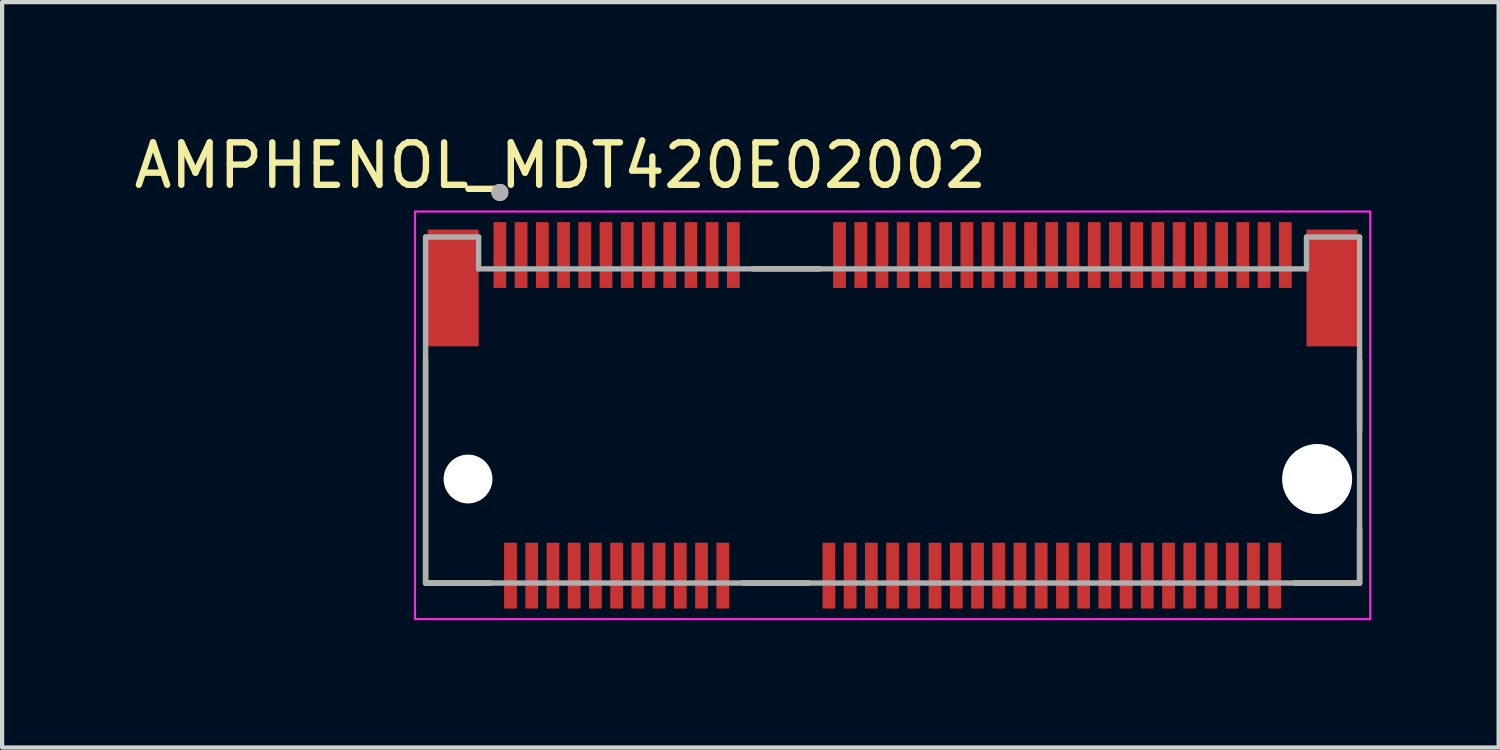
<source format=kicad_pcb>
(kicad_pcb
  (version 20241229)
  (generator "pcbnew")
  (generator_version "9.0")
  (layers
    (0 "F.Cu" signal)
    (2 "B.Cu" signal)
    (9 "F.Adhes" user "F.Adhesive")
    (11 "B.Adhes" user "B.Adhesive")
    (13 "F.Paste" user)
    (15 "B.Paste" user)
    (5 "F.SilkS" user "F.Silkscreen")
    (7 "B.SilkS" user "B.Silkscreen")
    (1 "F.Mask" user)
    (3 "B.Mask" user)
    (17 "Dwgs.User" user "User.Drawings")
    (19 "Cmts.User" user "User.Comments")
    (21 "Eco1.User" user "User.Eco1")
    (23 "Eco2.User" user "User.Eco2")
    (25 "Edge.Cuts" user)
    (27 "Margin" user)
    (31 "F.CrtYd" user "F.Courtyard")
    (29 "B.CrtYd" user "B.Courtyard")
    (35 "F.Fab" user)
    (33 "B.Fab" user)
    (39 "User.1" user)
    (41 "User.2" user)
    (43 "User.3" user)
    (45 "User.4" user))
  (footprint "AMPHENOL_MDT420E02002"
    (layer "F.Cu")
    (at 17.974 8.233)
    (property "Reference" "AMPHENOL_MDT420E02002" (at -7.825 -7.385 0) (layer "F.SilkS") (effects (font (size 1 1) (thickness 0.15))))
    (attr smd)
    (fp_line (start -11 2.45) (end -11 -2.805) (stroke (width 0.127) (type solid)) (layer "F.SilkS"))
    (fp_line (start -9.47 2.45) (end -11 2.45) (stroke (width 0.127) (type solid)) (layer "F.SilkS"))
    (fp_line (start -3.53 2.45) (end -1.97 2.45) (stroke (width 0.127) (type solid)) (layer "F.SilkS"))
    (fp_line (start -3.28 -4.95) (end -1.72 -4.95) (stroke (width 0.127) (type solid)) (layer "F.SilkS"))
    (fp_line (start 11 -2.805) (end 11 -1.145) (stroke (width 0.127) (type solid)) (layer "F.SilkS"))
    (fp_line (start 11 2.45) (end 9.47 2.45) (stroke (width 0.127) (type solid)) (layer "F.SilkS"))
    (fp_line (start 11 2.45) (end 11 1.145) (stroke (width 0.127) (type solid)) (layer "F.SilkS"))
    (fp_circle (center -9.25 -6.75) (end -9.15 -6.75) (stroke (width 0.2) (type solid)) (fill no) (layer "F.SilkS"))
    (fp_line (start -11.25 -6.3) (end -11.25 3.3) (stroke (width 0.05) (type solid)) (layer "F.CrtYd"))
    (fp_line (start -11.25 3.3) (end 11.25 3.3) (stroke (width 0.05) (type solid)) (layer "F.CrtYd"))
    (fp_line (start 11.25 -6.3) (end -11.25 -6.3) (stroke (width 0.05) (type solid)) (layer "F.CrtYd"))
    (fp_line (start 11.25 3.3) (end 11.25 -6.3) (stroke (width 0.05) (type solid)) (layer "F.CrtYd"))
    (fp_line (start -11 -5.7) (end -9.75 -5.7) (stroke (width 0.127) (type solid)) (layer "F.Fab"))
    (fp_line (start -11 2.45) (end -11 -5.7) (stroke (width 0.127) (type solid)) (layer "F.Fab"))
    (fp_line (start -9.75 -5.7) (end -9.75 -4.95) (stroke (width 0.127) (type solid)) (layer "F.Fab"))
    (fp_line (start -9.75 -4.95) (end 9.75 -4.95) (stroke (width 0.127) (type solid)) (layer "F.Fab"))
    (fp_line (start 9.75 -5.7) (end 11 -5.7) (stroke (width 0.127) (type solid)) (layer "F.Fab"))
    (fp_line (start 9.75 -4.95) (end 9.75 -5.7) (stroke (width 0.127) (type solid)) (layer "F.Fab"))
    (fp_line (start 11 -5.7) (end 11 2.45) (stroke (width 0.127) (type solid)) (layer "F.Fab"))
    (fp_line (start 11 2.45) (end -11 2.45) (stroke (width 0.127) (type solid)) (layer "F.Fab"))
    (fp_circle (center -9.25 -6.75) (end -9.15 -6.75) (stroke (width 0.2) (type solid)) (fill no) (layer "F.Fab"))
    (pad "" np_thru_hole circle (at -10 0) (size 1.15 1.15) (drill 1.15) (layers "*.Cu" "*.Mask"))
    (pad "" np_thru_hole circle (at 10 0) (size 1.65 1.65) (drill 1.65) (layers "*.Cu" "*.Mask"))
    (pad "1" smd rect (at -9.25 -5.275) (size 0.3 1.55) (layers "F.Cu" "F.Mask" "F.Paste"))
    (pad "2" smd rect (at -9 2.275) (size 0.3 1.55) (layers "F.Cu" "F.Mask" "F.Paste"))
    (pad "3" smd rect (at -8.75 -5.275) (size 0.3 1.55) (layers "F.Cu" "F.Mask" "F.Paste"))
    (pad "4" smd rect (at -8.5 2.275) (size 0.3 1.55) (layers "F.Cu" "F.Mask" "F.Paste"))
    (pad "5" smd rect (at -8.25 -5.275) (size 0.3 1.55) (layers "F.Cu" "F.Mask" "F.Paste"))
    (pad "6" smd rect (at -8 2.275) (size 0.3 1.55) (layers "F.Cu" "F.Mask" "F.Paste"))
    (pad "7" smd rect (at -7.75 -5.275) (size 0.3 1.55) (layers "F.Cu" "F.Mask" "F.Paste"))
    (pad "8" smd rect (at -7.5 2.275) (size 0.3 1.55) (layers "F.Cu" "F.Mask" "F.Paste"))
    (pad "9" smd rect (at -7.25 -5.275) (size 0.3 1.55) (layers "F.Cu" "F.Mask" "F.Paste"))
    (pad "10" smd rect (at -7 2.275) (size 0.3 1.55) (layers "F.Cu" "F.Mask" "F.Paste"))
    (pad "11" smd rect (at -6.75 -5.275) (size 0.3 1.55) (layers "F.Cu" "F.Mask" "F.Paste"))
    (pad "12" smd rect (at -6.5 2.275) (size 0.3 1.55) (layers "F.Cu" "F.Mask" "F.Paste"))
    (pad "13" smd rect (at -6.25 -5.275) (size 0.3 1.55) (layers "F.Cu" "F.Mask" "F.Paste"))
    (pad "14" smd rect (at -6 2.275) (size 0.3 1.55) (layers "F.Cu" "F.Mask" "F.Paste"))
    (pad "15" smd rect (at -5.75 -5.275) (size 0.3 1.55) (layers "F.Cu" "F.Mask" "F.Paste"))
    (pad "16" smd rect (at -5.5 2.275) (size 0.3 1.55) (layers "F.Cu" "F.Mask" "F.Paste"))
    (pad "17" smd rect (at -5.25 -5.275) (size 0.3 1.55) (layers "F.Cu" "F.Mask" "F.Paste"))
    (pad "18" smd rect (at -5 2.275) (size 0.3 1.55) (layers "F.Cu" "F.Mask" "F.Paste"))
    (pad "19" smd rect (at -4.75 -5.275) (size 0.3 1.55) (layers "F.Cu" "F.Mask" "F.Paste"))
    (pad "20" smd rect (at -4.5 2.275) (size 0.3 1.55) (layers "F.Cu" "F.Mask" "F.Paste"))
    (pad "21" smd rect (at -4.25 -5.275) (size 0.3 1.55) (layers "F.Cu" "F.Mask" "F.Paste"))
    (pad "22" smd rect (at -4 2.275) (size 0.3 1.55) (layers "F.Cu" "F.Mask" "F.Paste"))
    (pad "23" smd rect (at -3.75 -5.275) (size 0.3 1.55) (layers "F.Cu" "F.Mask" "F.Paste"))
    (pad "32" smd rect (at -1.5 2.275) (size 0.3 1.55) (layers "F.Cu" "F.Mask" "F.Paste"))
    (pad "33" smd rect (at -1.25 -5.275) (size 0.3 1.55) (layers "F.Cu" "F.Mask" "F.Paste"))
    (pad "34" smd rect (at -1 2.275) (size 0.3 1.55) (layers "F.Cu" "F.Mask" "F.Paste"))
    (pad "35" smd rect (at -0.75 -5.275) (size 0.3 1.55) (layers "F.Cu" "F.Mask" "F.Paste"))
    (pad "36" smd rect (at -0.5 2.275) (size 0.3 1.55) (layers "F.Cu" "F.Mask" "F.Paste"))
    (pad "37" smd rect (at -0.25 -5.275) (size 0.3 1.55) (layers "F.Cu" "F.Mask" "F.Paste"))
    (pad "38" smd rect (at 0 2.275) (size 0.3 1.55) (layers "F.Cu" "F.Mask" "F.Paste"))
    (pad "39" smd rect (at 0.25 -5.275) (size 0.3 1.55) (layers "F.Cu" "F.Mask" "F.Paste"))
    (pad "40" smd rect (at 0.5 2.275) (size 0.3 1.55) (layers "F.Cu" "F.Mask" "F.Paste"))
    (pad "41" smd rect (at 0.75 -5.275) (size 0.3 1.55) (layers "F.Cu" "F.Mask" "F.Paste"))
    (pad "42" smd rect (at 1 2.275) (size 0.3 1.55) (layers "F.Cu" "F.Mask" "F.Paste"))
    (pad "43" smd rect (at 1.25 -5.275) (size 0.3 1.55) (layers "F.Cu" "F.Mask" "F.Paste"))
    (pad "44" smd rect (at 1.5 2.275) (size 0.3 1.55) (layers "F.Cu" "F.Mask" "F.Paste"))
    (pad "45" smd rect (at 1.75 -5.275) (size 0.3 1.55) (layers "F.Cu" "F.Mask" "F.Paste"))
    (pad "46" smd rect (at 2 2.275) (size 0.3 1.55) (layers "F.Cu" "F.Mask" "F.Paste"))
    (pad "47" smd rect (at 2.25 -5.275) (size 0.3 1.55) (layers "F.Cu" "F.Mask" "F.Paste"))
    (pad "48" smd rect (at 2.5 2.275) (size 0.3 1.55) (layers "F.Cu" "F.Mask" "F.Paste"))
    (pad "49" smd rect (at 2.75 -5.275) (size 0.3 1.55) (layers "F.Cu" "F.Mask" "F.Paste"))
    (pad "50" smd rect (at 3 2.275) (size 0.3 1.55) (layers "F.Cu" "F.Mask" "F.Paste"))
    (pad "51" smd rect (at 3.25 -5.275) (size 0.3 1.55) (layers "F.Cu" "F.Mask" "F.Paste"))
    (pad "52" smd rect (at 3.5 2.275) (size 0.3 1.55) (layers "F.Cu" "F.Mask" "F.Paste"))
    (pad "53" smd rect (at 3.75 -5.275) (size 0.3 1.55) (layers "F.Cu" "F.Mask" "F.Paste"))
    (pad "54" smd rect (at 4 2.275) (size 0.3 1.55) (layers "F.Cu" "F.Mask" "F.Paste"))
    (pad "55" smd rect (at 4.25 -5.275) (size 0.3 1.55) (layers "F.Cu" "F.Mask" "F.Paste"))
    (pad "56" smd rect (at 4.5 2.275) (size 0.3 1.55) (layers "F.Cu" "F.Mask" "F.Paste"))
    (pad "57" smd rect (at 4.75 -5.275) (size 0.3 1.55) (layers "F.Cu" "F.Mask" "F.Paste"))
    (pad "58" smd rect (at 5 2.275) (size 0.3 1.55) (layers "F.Cu" "F.Mask" "F.Paste"))
    (pad "59" smd rect (at 5.25 -5.275) (size 0.3 1.55) (layers "F.Cu" "F.Mask" "F.Paste"))
    (pad "60" smd rect (at 5.5 2.275) (size 0.3 1.55) (layers "F.Cu" "F.Mask" "F.Paste"))
    (pad "61" smd rect (at 5.75 -5.275) (size 0.3 1.55) (layers "F.Cu" "F.Mask" "F.Paste"))
    (pad "62" smd rect (at 6 2.275) (size 0.3 1.55) (layers "F.Cu" "F.Mask" "F.Paste"))
    (pad "63" smd rect (at 6.25 -5.275) (size 0.3 1.55) (layers "F.Cu" "F.Mask" "F.Paste"))
    (pad "64" smd rect (at 6.5 2.275) (size 0.3 1.55) (layers "F.Cu" "F.Mask" "F.Paste"))
    (pad "65" smd rect (at 6.75 -5.275) (size 0.3 1.55) (layers "F.Cu" "F.Mask" "F.Paste"))
    (pad "66" smd rect (at 7 2.275) (size 0.3 1.55) (layers "F.Cu" "F.Mask" "F.Paste"))
    (pad "67" smd rect (at 7.25 -5.275) (size 0.3 1.55) (layers "F.Cu" "F.Mask" "F.Paste"))
    (pad "68" smd rect (at 7.5 2.275) (size 0.3 1.55) (layers "F.Cu" "F.Mask" "F.Paste"))
    (pad "69" smd rect (at 7.75 -5.275) (size 0.3 1.55) (layers "F.Cu" "F.Mask" "F.Paste"))
    (pad "70" smd rect (at 8 2.275) (size 0.3 1.55) (layers "F.Cu" "F.Mask" "F.Paste"))
    (pad "71" smd rect (at 8.25 -5.275) (size 0.3 1.55) (layers "F.Cu" "F.Mask" "F.Paste"))
    (pad "72" smd rect (at 8.5 2.275) (size 0.3 1.55) (layers "F.Cu" "F.Mask" "F.Paste"))
    (pad "73" smd rect (at 8.75 -5.275) (size 0.3 1.55) (layers "F.Cu" "F.Mask" "F.Paste"))
    (pad "74" smd rect (at 9 2.275) (size 0.3 1.55) (layers "F.Cu" "F.Mask" "F.Paste"))
    (pad "75" smd rect (at 9.25 -5.275) (size 0.3 1.55) (layers "F.Cu" "F.Mask" "F.Paste"))
    (pad "SH1" smd rect (at -10.35 -4.5) (size 1.2 2.75) (layers "F.Cu" "F.Mask" "F.Paste"))
    (pad "SH2" smd rect (at 10.35 -4.5) (size 1.2 2.75) (layers "F.Cu" "F.Mask" "F.Paste")))
  (gr_rect
    (start -3 -3)
    (end 32.249 14.558)
    (stroke (width 0.1) (type default))
    (fill no)
    (layer "Edge.Cuts")))
</source>
